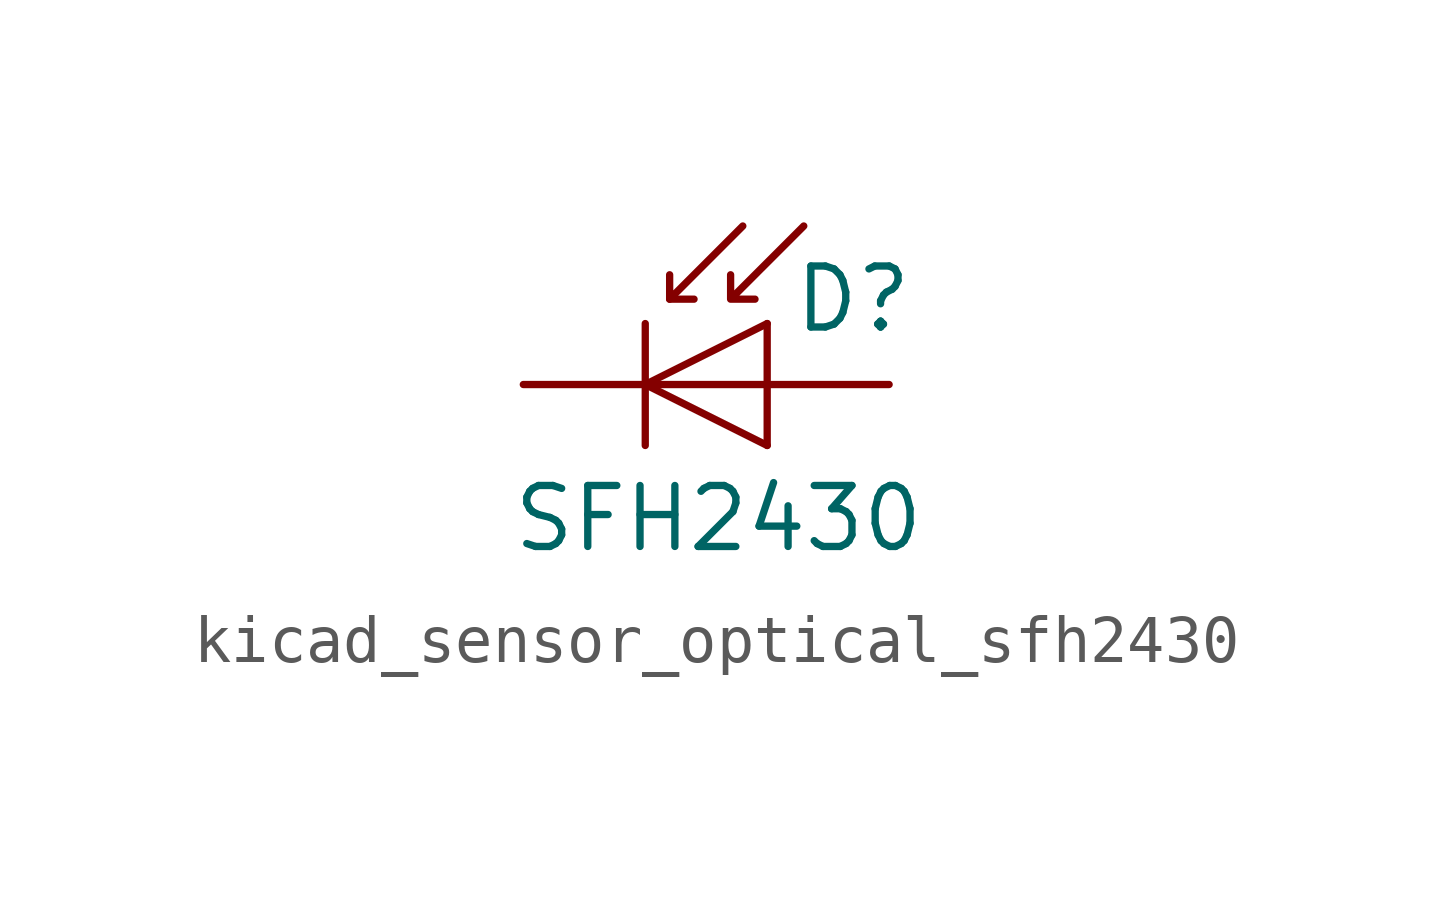
<source format=kicad_sym>
(kicad_symbol_lib
  (version 20220914)
  (generator kicad_symbol_editor)
  (symbol "kicad_sensor_optical_sfh2430"
    (pin_numbers hide)
    (pin_names
      (offset 1.016) hide)
    (property "Reference" "D"
      (at 0.508 1.778 0)
      (effects (font (size 1.27 1.27)) (justify left)))
    (property "Value" "SFH2430"
      (at -1.016 -2.794 0)
      (effects (font (size 1.27 1.27))))
    (symbol "kicad_sensor_optical_sfh2430_0_1"
      (polyline (pts (xy -2.54 1.27) (xy -2.54 -1.27)) (stroke (width 0.152) (type default)) (fill (type none)))
      (polyline (pts (xy -2.032 1.778) (xy -1.524 1.778)) (stroke (width 0) (type default)) (fill (type none)))
      (polyline (pts (xy 0 -1.27) (xy 0 1.27)) (stroke (width 0) (type default)) (fill (type none)))
      (polyline (pts (xy 0 0) (xy -2.54 0)) (stroke (width 0) (type default)) (fill (type none)))
      (polyline (pts (xy -0.508 3.302) (xy -2.032 1.778) (xy -2.032 2.286)) (stroke (width 0) (type default)) (fill (type none)))
      (polyline (pts (xy 0 1.27) (xy -2.54 0) (xy 0 -1.27)) (stroke (width 0) (type default)) (fill (type none)))
      (polyline (pts (xy 0.762 3.302) (xy -0.762 1.778) (xy -0.762 2.286) (xy -0.762 1.778) (xy -0.254 1.778)) (stroke (width 0) (type default)) (fill (type none))))
    (symbol "kicad_sensor_optical_sfh2430_1_1"
      (pin passive line (at -5.08 0 0) (length 2.54) (name "K" (effects (font (size 1.27 1.27)))) (number "1" (effects (font (size 1.27 1.27)))))
      (pin passive line (at 2.54 0 180) (length 2.54) (name "A" (effects (font (size 1.27 1.27)))) (number "2" (effects (font (size 1.27 1.27))))))))
</source>
